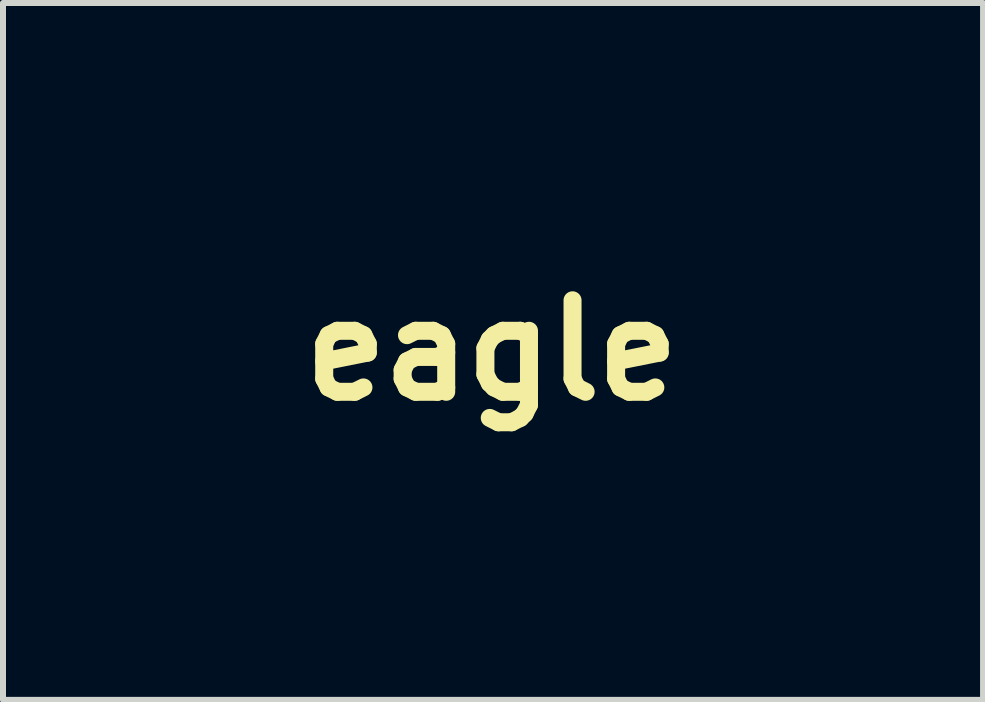
<source format=kicad_pcb>
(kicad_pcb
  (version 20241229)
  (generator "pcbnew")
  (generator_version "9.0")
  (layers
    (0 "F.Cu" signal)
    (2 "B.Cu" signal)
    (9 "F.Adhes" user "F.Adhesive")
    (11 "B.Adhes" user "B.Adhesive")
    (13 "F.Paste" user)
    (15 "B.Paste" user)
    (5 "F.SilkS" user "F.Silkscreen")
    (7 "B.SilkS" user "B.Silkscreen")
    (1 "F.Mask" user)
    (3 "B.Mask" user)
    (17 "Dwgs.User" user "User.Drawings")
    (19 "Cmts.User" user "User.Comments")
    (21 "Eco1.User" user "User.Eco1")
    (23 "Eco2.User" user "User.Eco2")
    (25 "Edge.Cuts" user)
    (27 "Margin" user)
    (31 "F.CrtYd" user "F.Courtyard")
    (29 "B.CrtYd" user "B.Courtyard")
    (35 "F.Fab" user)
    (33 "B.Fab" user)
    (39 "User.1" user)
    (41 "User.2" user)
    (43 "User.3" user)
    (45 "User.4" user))
  (footprint "eagle"
    (layer "F.Cu")
    (at 5.145 2.787)
    (property "Reference" "eagle" (at 0 0 0) (layer "F.SilkS") (effects (font (size 1.524 1.524) (thickness 0.3))))
    (attr through_hole)
    (fp_poly (pts (xy -0.958 -1.941) (xy -0.921 -1.916) (xy -0.846 -1.858) (xy -0.945 -1.783) (xy -1.021 -1.713) (xy -1.07 -1.643) (xy -1.072 -1.638) (xy -1.097 -1.601) (xy -1.132 -1.625) (xy -1.174 -1.684) (xy -1.222 -1.763) (xy -1.23 -1.812) (xy -1.193 -1.853) (xy -1.109 -1.906) (xy -1.022 -1.947) (xy -0.958 -1.941)) (stroke (width 0.01) (type solid)) (fill no) (layer "Eco2.User"))
    (fp_poly (pts (xy -0.27 -1.941) (xy -0.185 -1.848) (xy -0.07 -1.71) (xy -0.135 -1.456) (xy -0.173 -1.319) (xy -0.206 -1.227) (xy -0.223 -1.201) (xy -0.254 -1.234) (xy -0.31 -1.319) (xy -0.356 -1.397) (xy -0.436 -1.544) (xy -0.479 -1.642) (xy -0.491 -1.713) (xy -0.476 -1.779) (xy -0.444 -1.848) (xy -0.387 -1.946) (xy -0.335 -1.977) (xy -0.27 -1.941)) (stroke (width 0.01) (type solid)) (fill no) (layer "Eco2.User"))
    (fp_poly (pts (xy 0.417 -1.949) (xy 0.468 -1.862) (xy 0.509 -1.759) (xy 0.524 -1.672) (xy 0.52 -1.651) (xy 0.478 -1.561) (xy 0.416 -1.448) (xy 0.35 -1.335) (xy 0.293 -1.245) (xy 0.258 -1.202) (xy 0.255 -1.201) (xy 0.232 -1.24) (xy 0.198 -1.343) (xy 0.167 -1.456) (xy 0.102 -1.71) (xy 0.217 -1.848) (xy 0.293 -1.93) (xy 0.354 -1.98) (xy 0.37 -1.986) (xy 0.417 -1.949)) (stroke (width 0.01) (type solid)) (fill no) (layer "Eco2.User"))
    (fp_poly (pts (xy 1.086 -1.932) (xy 1.147 -1.899) (xy 1.223 -1.847) (xy 1.266 -1.806) (xy 1.27 -1.798) (xy 1.249 -1.751) (xy 1.198 -1.673) (xy 1.191 -1.663) (xy 1.139 -1.605) (xy 1.112 -1.603) (xy 1.111 -1.61) (xy 1.086 -1.666) (xy 1.023 -1.74) (xy 0.997 -1.764) (xy 0.927 -1.827) (xy 0.905 -1.864) (xy 0.927 -1.896) (xy 0.954 -1.918) (xy 1.015 -1.947) (xy 1.086 -1.932)) (stroke (width 0.01) (type solid)) (fill no) (layer "Eco2.User"))
    (fp_poly (pts (xy 0.892 -2.305) (xy 0.956 -2.289) (xy 0.988 -2.254) (xy 1.001 -2.213) (xy 1.013 -2.133) (xy 1.011 -2.106) (xy 0.98 -2.077) (xy 0.912 -2.019) (xy 0.873 -1.985) (xy 0.781 -1.905) (xy 0.702 -1.836) (xy 0.683 -1.819) (xy 0.636 -1.792) (xy 0.599 -1.82) (xy 0.556 -1.907) (xy 0.483 -2.035) (xy 0.395 -2.147) (xy 0.39 -2.151) (xy 0.289 -2.251) (xy 0.434 -2.28) (xy 0.55 -2.296) (xy 0.691 -2.307) (xy 0.78 -2.309) (xy 0.892 -2.305)) (stroke (width 0.01) (type solid)) (fill no) (layer "Eco2.User"))
    (fp_poly (pts (xy -0.612 -2.304) (xy -0.475 -2.291) (xy -0.403 -2.28) (xy -0.257 -2.251) (xy -0.358 -2.152) (xy -0.447 -2.043) (xy -0.523 -1.914) (xy -0.525 -1.91) (xy -0.592 -1.767) (xy -0.78 -1.927) (xy -0.887 -2.018) (xy -0.949 -2.076) (xy -0.978 -2.115) (xy -0.982 -2.15) (xy -0.981 -2.155) (xy -0.857 -2.155) (xy -0.837 -2.067) (xy -0.794 -2.042) (xy -0.751 -2.084) (xy -0.736 -2.14) (xy -0.749 -2.203) (xy -0.791 -2.217) (xy -0.844 -2.192) (xy -0.857 -2.155) (xy -0.981 -2.155) (xy -0.973 -2.198) (xy -0.969 -2.213) (xy -0.95 -2.266) (xy -0.91 -2.295) (xy -0.834 -2.307) (xy -0.748 -2.309) (xy -0.612 -2.304)) (stroke (width 0.01) (type solid)) (fill no) (layer "Eco2.User"))
    (fp_poly (pts (xy 0.69 1.147) (xy 0.73 1.249) (xy 0.781 1.394) (xy 0.794 1.432) (xy 0.901 1.755) (xy 1.089 1.755) (xy 1.194 1.759) (xy 1.247 1.773) (xy 1.262 1.804) (xy 1.258 1.828) (xy 1.242 1.931) (xy 1.238 2.021) (xy 1.238 2.14) (xy 1.16 2.034) (xy 1.088 1.964) (xy 1.032 1.956) (xy 1.009 1.982) (xy 1.011 2.034) (xy 1.039 2.131) (xy 1.094 2.278) (xy 1.149 2.433) (xy 1.19 2.564) (xy 1.206 2.644) (xy 1.206 2.647) (xy 1.179 2.729) (xy 1.11 2.793) (xy 1.028 2.817) (xy 0.991 2.805) (xy 1.01 2.762) (xy 1.042 2.682) (xy 1.037 2.578) (xy 0.992 2.434) (xy 0.952 2.339) (xy 0.884 2.207) (xy 0.834 2.155) (xy 0.806 2.183) (xy 0.803 2.291) (xy 0.809 2.344) (xy 0.83 2.507) (xy 0.572 2.21) (xy 0.642 2.034) (xy 0.711 1.858) (xy 0.605 1.569) (xy 0.499 1.28) (xy 0.575 1.195) (xy 0.634 1.135) (xy 0.669 1.109) (xy 0.69 1.147)) (stroke (width 0.01) (type solid)) (fill no) (layer "Eco2.User"))
    (fp_poly (pts (xy -0.601 1.135) (xy -0.543 1.195) (xy -0.468 1.28) (xy -0.574 1.569) (xy -0.68 1.858) (xy -0.61 2.035) (xy -0.54 2.212) (xy -0.646 2.33) (xy -0.716 2.403) (xy -0.762 2.444) (xy -0.77 2.448) (xy -0.78 2.407) (xy -0.783 2.31) (xy -0.783 2.302) (xy -0.789 2.184) (xy -0.816 2.151) (xy -0.864 2.203) (xy -0.929 2.337) (xy -0.993 2.515) (xy -1.013 2.644) (xy -0.992 2.738) (xy -0.978 2.762) (xy -0.96 2.805) (xy -0.999 2.816) (xy -1.002 2.816) (xy -1.083 2.791) (xy -1.119 2.767) (xy -1.16 2.714) (xy -1.17 2.638) (xy -1.148 2.524) (xy -1.091 2.356) (xy -1.062 2.278) (xy -1.005 2.124) (xy -0.978 2.031) (xy -0.978 1.98) (xy -1 1.956) (xy -1.061 1.967) (xy -1.129 2.034) (xy -1.206 2.14) (xy -1.206 2.021) (xy -1.214 1.901) (xy -1.225 1.83) (xy -1.225 1.789) (xy -1.188 1.764) (xy -1.104 1.75) (xy -1.058 1.746) (xy -0.873 1.732) (xy -0.762 1.42) (xy -0.707 1.272) (xy -0.663 1.162) (xy -0.637 1.111) (xy -0.635 1.11) (xy -0.601 1.135)) (stroke (width 0.01) (type solid)) (fill no) (layer "Eco2.User"))
    (fp_poly (pts (xy 0.028 -1.433) (xy 0.06 -1.337) (xy 0.1 -1.193) (xy 0.107 -1.169) (xy 0.144 -1.024) (xy 0.199 -0.813) (xy 0.266 -0.557) (xy 0.339 -0.274) (xy 0.411 0) (xy 0.489 0.304) (xy 0.545 0.534) (xy 0.581 0.698) (xy 0.599 0.807) (xy 0.602 0.872) (xy 0.592 0.901) (xy 0.544 0.958) (xy 0.47 1.049) (xy 0.434 1.095) (xy 0.319 1.242) (xy 0.415 1.553) (xy 0.472 1.761) (xy 0.497 1.908) (xy 0.491 1.988) (xy 0.463 2.001) (xy 0.436 1.957) (xy 0.396 1.852) (xy 0.363 1.748) (xy 0.319 1.612) (xy 0.278 1.517) (xy 0.257 1.487) (xy 0.233 1.484) (xy 0.225 1.518) (xy 0.237 1.603) (xy 0.269 1.754) (xy 0.29 1.843) (xy 0.325 2.004) (xy 0.338 2.103) (xy 0.33 2.163) (xy 0.312 2.198) (xy 0.286 2.221) (xy 0.263 2.197) (xy 0.235 2.112) (xy 0.198 1.953) (xy 0.195 1.94) (xy 0.157 1.784) (xy 0.121 1.669) (xy 0.096 1.617) (xy 0.093 1.616) (xy 0.075 1.619) (xy 0.067 1.638) (xy 0.071 1.691) (xy 0.089 1.796) (xy 0.122 1.97) (xy 0.127 1.997) (xy 0.158 2.164) (xy 0.18 2.299) (xy 0.189 2.373) (xy 0.189 2.377) (xy 0.169 2.439) (xy 0.121 2.537) (xy 0.101 2.573) (xy 0.014 2.721) (xy -0.076 2.558) (xy -0.165 2.395) (xy -0.115 2.109) (xy -0.085 1.941) (xy -0.058 1.796) (xy -0.044 1.72) (xy -0.041 1.639) (xy -0.058 1.616) (xy -0.083 1.657) (xy -0.119 1.765) (xy -0.158 1.917) (xy -0.163 1.94) (xy -0.202 2.105) (xy -0.23 2.194) (xy -0.253 2.221) (xy -0.278 2.201) (xy -0.28 2.198) (xy -0.302 2.151) (xy -0.305 2.083) (xy -0.287 1.972) (xy -0.258 1.843) (xy -0.217 1.659) (xy -0.196 1.548) (xy -0.195 1.494) (xy -0.213 1.482) (xy -0.225 1.487) (xy -0.256 1.536) (xy -0.299 1.645) (xy -0.331 1.748) (xy -0.374 1.882) (xy -0.412 1.974) (xy -0.431 2.001) (xy -0.463 1.977) (xy -0.464 1.882) (xy -0.434 1.725) (xy -0.384 1.549) (xy -0.288 1.241) (xy -0.403 1.094) (xy -0.48 0.997) (xy -0.543 0.921) (xy -0.56 0.901) (xy -0.569 0.87) (xy -0.565 0.805) (xy -0.547 0.698) (xy -0.512 0.538) (xy -0.459 0.318) (xy -0.386 0.028) (xy -0.303 -0.294) (xy -0.222 -0.6) (xy -0.149 -0.877) (xy -0.086 -1.114) (xy -0.037 -1.298) (xy -0.003 -1.418) (xy 0.011 -1.463) (xy 0.028 -1.433)) (stroke (width 0.01) (type solid)) (fill no) (layer "Eco2.User"))
    (fp_poly (pts (xy 2.961 -2.753) (xy 3.293 -2.746) (xy 3.614 -2.739) (xy 3.917 -2.732) (xy 4.194 -2.725) (xy 4.439 -2.718) (xy 4.645 -2.71) (xy 4.803 -2.704) (xy 4.908 -2.698) (xy 4.929 -2.696) (xy 5.067 -2.681) (xy 5.149 -2.66) (xy 5.177 -2.618) (xy 5.154 -2.542) (xy 5.084 -2.417) (xy 5.025 -2.319) (xy 4.905 -2.12) (xy 3.467 -2.22) (xy 3.171 -2.24) (xy 2.895 -2.257) (xy 2.644 -2.272) (xy 2.427 -2.283) (xy 2.248 -2.291) (xy 2.114 -2.294) (xy 2.033 -2.294) (xy 2.009 -2.291) (xy 2.009 -2.239) (xy 2.018 -2.223) (xy 2.056 -2.21) (xy 2.149 -2.192) (xy 2.292 -2.168) (xy 2.476 -2.14) (xy 2.696 -2.108) (xy 2.943 -2.075) (xy 3.212 -2.041) (xy 3.254 -2.036) (xy 3.531 -2.002) (xy 3.794 -1.969) (xy 4.035 -1.939) (xy 4.245 -1.912) (xy 4.416 -1.889) (xy 4.541 -1.872) (xy 4.611 -1.862) (xy 4.614 -1.861) (xy 4.767 -1.834) (xy 4.599 -1.587) (xy 4.51 -1.467) (xy 4.431 -1.379) (xy 4.377 -1.34) (xy 4.373 -1.339) (xy 4.329 -1.348) (xy 4.23 -1.371) (xy 4.083 -1.408) (xy 3.898 -1.457) (xy 3.679 -1.514) (xy 3.437 -1.58) (xy 3.217 -1.639) (xy 2.918 -1.721) (xy 2.676 -1.787) (xy 2.484 -1.839) (xy 2.338 -1.878) (xy 2.23 -1.905) (xy 2.154 -1.922) (xy 2.106 -1.93) (xy 2.079 -1.93) (xy 2.067 -1.924) (xy 2.064 -1.913) (xy 2.064 -1.899) (xy 2.092 -1.869) (xy 2.168 -1.825) (xy 2.278 -1.775) (xy 2.326 -1.755) (xy 2.437 -1.712) (xy 2.596 -1.648) (xy 2.788 -1.572) (xy 2.999 -1.487) (xy 3.215 -1.4) (xy 3.254 -1.385) (xy 3.459 -1.302) (xy 3.652 -1.225) (xy 3.82 -1.158) (xy 3.954 -1.104) (xy 4.041 -1.07) (xy 4.056 -1.064) (xy 4.191 -1.013) (xy 3.996 -0.76) (xy 3.902 -0.643) (xy 3.823 -0.555) (xy 3.773 -0.511) (xy 3.766 -0.509) (xy 3.728 -0.525) (xy 3.639 -0.571) (xy 3.507 -0.642) (xy 3.34 -0.733) (xy 3.146 -0.841) (xy 2.932 -0.961) (xy 2.922 -0.967) (xy 2.652 -1.118) (xy 2.437 -1.234) (xy 2.274 -1.318) (xy 2.16 -1.369) (xy 2.091 -1.39) (xy 2.065 -1.382) (xy 2.079 -1.347) (xy 2.085 -1.338) (xy 2.119 -1.307) (xy 2.201 -1.238) (xy 2.324 -1.139) (xy 2.479 -1.015) (xy 2.659 -0.873) (xy 2.817 -0.749) (xy 3.523 -0.197) (xy 3.339 0.036) (xy 3.154 0.27) (xy 2.966 0.055) (xy 2.871 -0.054) (xy 2.741 -0.203) (xy 2.592 -0.374) (xy 2.441 -0.548) (xy 2.407 -0.587) (xy 2.276 -0.737) (xy 2.163 -0.864) (xy 2.076 -0.958) (xy 2.026 -1.01) (xy 2.018 -1.016) (xy 2 -1.002) (xy 2.011 -0.955) (xy 2.053 -0.869) (xy 2.13 -0.739) (xy 2.245 -0.559) (xy 2.402 -0.323) (xy 2.466 -0.228) (xy 2.604 -0.022) (xy 2.724 0.161) (xy 2.821 0.311) (xy 2.887 0.418) (xy 2.917 0.472) (xy 2.918 0.477) (xy 2.886 0.507) (xy 2.816 0.57) (xy 2.742 0.635) (xy 2.579 0.777) (xy 2.218 0.105) (xy 2.102 -0.111) (xy 2 -0.304) (xy 1.916 -0.461) (xy 1.859 -0.57) (xy 1.835 -0.617) (xy 1.803 -0.645) (xy 1.793 -0.637) (xy 1.801 -0.59) (xy 1.838 -0.476) (xy 1.897 -0.309) (xy 1.975 -0.102) (xy 2.062 0.118) (xy 2.153 0.35) (xy 2.231 0.554) (xy 2.291 0.716) (xy 2.328 0.824) (xy 2.337 0.864) (xy 2.301 0.881) (xy 2.221 0.903) (xy 2.143 0.92) (xy 2.04 0.937) (xy 1.982 0.933) (xy 1.952 0.903) (xy 1.937 0.859) (xy 1.899 0.722) (xy 1.847 0.542) (xy 1.785 0.335) (xy 1.719 0.12) (xy 1.654 -0.087) (xy 1.597 -0.266) (xy 1.553 -0.401) (xy 1.526 -0.474) (xy 1.523 -0.481) (xy 1.489 -0.507) (xy 1.479 -0.451) (xy 1.493 -0.318) (xy 1.529 -0.111) (xy 1.588 0.166) (xy 1.603 0.228) (xy 1.653 0.451) (xy 1.694 0.64) (xy 1.723 0.78) (xy 1.735 0.855) (xy 1.735 0.863) (xy 1.706 0.846) (xy 1.641 0.786) (xy 1.552 0.698) (xy 1.552 0.697) (xy 1.379 0.517) (xy 1.32 0.097) (xy 1.289 -0.098) (xy 1.256 -0.264) (xy 1.227 -0.377) (xy 1.216 -0.404) (xy 1.194 -0.434) (xy 1.182 -0.417) (xy 1.179 -0.341) (xy 1.184 -0.19) (xy 1.188 -0.115) (xy 1.205 0.254) (xy 1.075 0.053) (xy 1.002 -0.065) (xy 0.966 -0.152) (xy 0.956 -0.241) (xy 0.964 -0.351) (xy 0.971 -0.483) (xy 0.96 -0.544) (xy 0.94 -0.554) (xy 0.899 -0.515) (xy 0.877 -0.45) (xy 0.857 -0.346) (xy 0.795 -0.462) (xy 0.747 -0.574) (xy 0.724 -0.669) (xy 0.699 -0.738) (xy 0.655 -0.777) (xy 0.616 -0.772) (xy 0.603 -0.73) (xy 0.62 -0.67) (xy 0.666 -0.55) (xy 0.734 -0.39) (xy 0.812 -0.215) (xy 0.892 -0.037) (xy 0.957 0.11) (xy 0.998 0.211) (xy 1.01 0.251) (xy 0.981 0.281) (xy 0.914 0.346) (xy 0.852 0.408) (xy 0.703 0.554) (xy 0.51 -0.164) (xy 0.446 -0.407) (xy 0.391 -0.62) (xy 0.349 -0.791) (xy 0.323 -0.901) (xy 0.318 -0.936) (xy 0.338 -0.997) (xy 0.391 -1.095) (xy 0.432 -1.159) (xy 0.546 -1.329) (xy 0.852 -1.173) (xy 1.088 -1.07) (xy 1.281 -1.027) (xy 1.439 -1.043) (xy 1.567 -1.12) (xy 1.664 -1.24) (xy 1.705 -1.354) (xy 1.733 -1.524) (xy 1.746 -1.711) (xy 1.739 -1.879) (xy 1.735 -1.906) (xy 1.698 -2.018) (xy 1.626 -2.16) (xy 1.535 -2.309) (xy 1.442 -2.437) (xy 1.362 -2.52) (xy 1.29 -2.605) (xy 1.27 -2.685) (xy 1.27 -2.782) (xy 2.961 -2.753)) (stroke (width 0.01) (type solid)) (fill no) (layer "Eco2.User"))
    (fp_poly (pts (xy -1.611 -2.769) (xy -1.483 -2.767) (xy -1.388 -2.763) (xy -1.322 -2.756) (xy -1.278 -2.747) (xy -1.254 -2.734) (xy -1.242 -2.719) (xy -1.238 -2.701) (xy -1.238 -2.691) (xy -1.268 -2.603) (xy -1.351 -2.497) (xy -1.383 -2.466) (xy -1.491 -2.343) (xy -1.592 -2.188) (xy -1.624 -2.125) (xy -1.678 -1.996) (xy -1.705 -1.886) (xy -1.711 -1.754) (xy -1.708 -1.629) (xy -1.694 -1.443) (xy -1.666 -1.317) (xy -1.621 -1.227) (xy -1.501 -1.096) (xy -1.351 -1.032) (xy -1.168 -1.037) (xy -0.948 -1.109) (xy -0.774 -1.197) (xy -0.525 -1.338) (xy -0.406 -1.167) (xy -0.338 -1.061) (xy -0.294 -0.973) (xy -0.286 -0.94) (xy -0.297 -0.879) (xy -0.328 -0.749) (xy -0.374 -0.563) (xy -0.432 -0.339) (xy -0.479 -0.164) (xy -0.671 0.554) (xy -0.82 0.408) (xy -0.903 0.327) (xy -0.961 0.269) (xy -0.979 0.251) (xy -0.966 0.21) (xy -0.925 0.109) (xy -0.86 -0.038) (xy -0.78 -0.215) (xy -0.698 -0.398) (xy -0.632 -0.557) (xy -0.587 -0.674) (xy -0.572 -0.73) (xy -0.591 -0.777) (xy -0.633 -0.772) (xy -0.674 -0.726) (xy -0.692 -0.669) (xy -0.718 -0.567) (xy -0.763 -0.462) (xy -0.825 -0.346) (xy -0.845 -0.45) (xy -0.878 -0.531) (xy -0.911 -0.554) (xy -0.938 -0.535) (xy -0.944 -0.463) (xy -0.935 -0.35) (xy -0.927 -0.23) (xy -0.937 -0.144) (xy -0.975 -0.058) (xy -1.045 0.054) (xy -1.176 0.254) (xy -1.155 -0.115) (xy -1.149 -0.311) (xy -1.154 -0.418) (xy -1.171 -0.439) (xy -1.197 -0.374) (xy -1.232 -0.226) (xy -1.274 0.003) (xy -1.285 0.068) (xy -1.318 0.261) (xy -1.35 0.421) (xy -1.375 0.525) (xy -1.385 0.552) (xy -1.44 0.616) (xy -1.516 0.696) (xy -1.596 0.775) (xy -1.663 0.836) (xy -1.701 0.863) (xy -1.703 0.863) (xy -1.698 0.816) (xy -1.675 0.698) (xy -1.638 0.525) (xy -1.59 0.312) (xy -1.571 0.228) (xy -1.508 -0.06) (xy -1.467 -0.28) (xy -1.449 -0.429) (xy -1.453 -0.502) (xy -1.481 -0.495) (xy -1.491 -0.481) (xy -1.512 -0.426) (xy -1.555 -0.302) (xy -1.612 -0.123) (xy -1.68 0.094) (xy -1.729 0.252) (xy -1.799 0.483) (xy -1.861 0.682) (xy -1.908 0.834) (xy -1.938 0.926) (xy -1.946 0.947) (xy -1.978 0.944) (xy -2.054 0.932) (xy -2.121 0.919) (xy -2.218 0.897) (xy -2.286 0.876) (xy -2.305 0.865) (xy -2.294 0.821) (xy -2.256 0.709) (xy -2.196 0.544) (xy -2.117 0.339) (xy -2.03 0.118) (xy -1.939 -0.114) (xy -1.862 -0.319) (xy -1.803 -0.483) (xy -1.767 -0.592) (xy -1.759 -0.635) (xy -1.787 -0.645) (xy -1.788 -0.643) (xy -1.889 -0.452) (xy -2.002 -0.241) (xy -2.118 -0.023) (xy -2.232 0.19) (xy -2.336 0.384) (xy -2.424 0.546) (xy -2.487 0.664) (xy -2.52 0.723) (xy -2.522 0.726) (xy -2.556 0.749) (xy -2.611 0.723) (xy -2.699 0.646) (xy -2.785 0.565) (xy -2.851 0.508) (xy -2.873 0.492) (xy -2.862 0.455) (xy -2.811 0.364) (xy -2.728 0.226) (xy -2.618 0.052) (xy -2.486 -0.148) (xy -2.437 -0.222) (xy -2.265 -0.48) (xy -2.135 -0.68) (xy -2.045 -0.828) (xy -1.99 -0.929) (xy -1.969 -0.989) (xy -1.976 -1.014) (xy -1.985 -1.016) (xy -2.014 -0.989) (xy -2.085 -0.912) (xy -2.191 -0.794) (xy -2.325 -0.643) (xy -2.48 -0.467) (xy -2.562 -0.373) (xy -3.122 0.27) (xy -3.307 0.036) (xy -3.492 -0.198) (xy -2.786 -0.749) (xy -2.592 -0.902) (xy -2.416 -1.04) (xy -2.266 -1.16) (xy -2.151 -1.254) (xy -2.077 -1.316) (xy -2.053 -1.338) (xy -2.033 -1.378) (xy -2.052 -1.391) (xy -2.113 -1.375) (xy -2.218 -1.329) (xy -2.372 -1.252) (xy -2.577 -1.141) (xy -2.837 -0.996) (xy -2.89 -0.967) (xy -3.104 -0.846) (xy -3.299 -0.738) (xy -3.468 -0.646) (xy -3.602 -0.574) (xy -3.693 -0.527) (xy -3.734 -0.509) (xy -3.735 -0.509) (xy -3.773 -0.537) (xy -3.845 -0.614) (xy -3.936 -0.724) (xy -3.964 -0.759) (xy -4.059 -0.888) (xy -4.109 -0.97) (xy -4.12 -1.016) (xy -4.103 -1.034) (xy -4.06 -1.051) (xy -3.963 -1.09) (xy -3.821 -1.147) (xy -3.64 -1.22) (xy -3.43 -1.304) (xy -3.196 -1.398) (xy -3.048 -1.457) (xy -2.807 -1.554) (xy -2.586 -1.643) (xy -2.392 -1.722) (xy -2.233 -1.788) (xy -2.116 -1.838) (xy -2.049 -1.868) (xy -2.035 -1.875) (xy -2.027 -1.897) (xy -2.046 -1.908) (xy -2.097 -1.907) (xy -2.185 -1.893) (xy -2.313 -1.866) (xy -2.487 -1.824) (xy -2.712 -1.766) (xy -2.991 -1.691) (xy -3.171 -1.642) (xy -3.431 -1.572) (xy -3.672 -1.508) (xy -3.888 -1.451) (xy -4.07 -1.404) (xy -4.212 -1.368) (xy -4.306 -1.346) (xy -4.343 -1.339) (xy -4.391 -1.371) (xy -4.468 -1.453) (xy -4.556 -1.57) (xy -4.568 -1.587) (xy -4.736 -1.834) (xy -4.582 -1.861) (xy -4.516 -1.871) (xy -4.395 -1.888) (xy -4.227 -1.91) (xy -4.019 -1.937) (xy -3.781 -1.967) (xy -3.519 -1.999) (xy -3.243 -2.034) (xy -3.223 -2.036) (xy -2.952 -2.07) (xy -2.701 -2.103) (xy -2.476 -2.135) (xy -2.286 -2.164) (xy -2.136 -2.188) (xy -2.035 -2.208) (xy -1.988 -2.221) (xy -1.986 -2.223) (xy -1.972 -2.277) (xy -1.977 -2.291) (xy -2.012 -2.294) (xy -2.104 -2.294) (xy -2.246 -2.289) (xy -2.433 -2.281) (xy -2.657 -2.269) (xy -2.913 -2.254) (xy -3.193 -2.236) (xy -3.435 -2.22) (xy -4.874 -2.119) (xy -4.994 -2.318) (xy -5.089 -2.476) (xy -5.139 -2.579) (xy -5.14 -2.639) (xy -5.089 -2.67) (xy -4.982 -2.687) (xy -4.897 -2.696) (xy -4.811 -2.702) (xy -4.669 -2.708) (xy -4.478 -2.715) (xy -4.245 -2.722) (xy -3.978 -2.73) (xy -3.682 -2.737) (xy -3.366 -2.744) (xy -3.037 -2.751) (xy -2.929 -2.753) (xy -2.559 -2.759) (xy -2.247 -2.764) (xy -1.988 -2.768) (xy -1.778 -2.769) (xy -1.611 -2.769)) (stroke (width 0.01) (type solid)) (fill no) (layer "Eco2.User")))
  (gr_rect
    (start -3 -3)
    (end 13.326 8.609)
    (stroke (width 0.1) (type default))
    (fill no)
    (layer "Edge.Cuts")))
</source>
